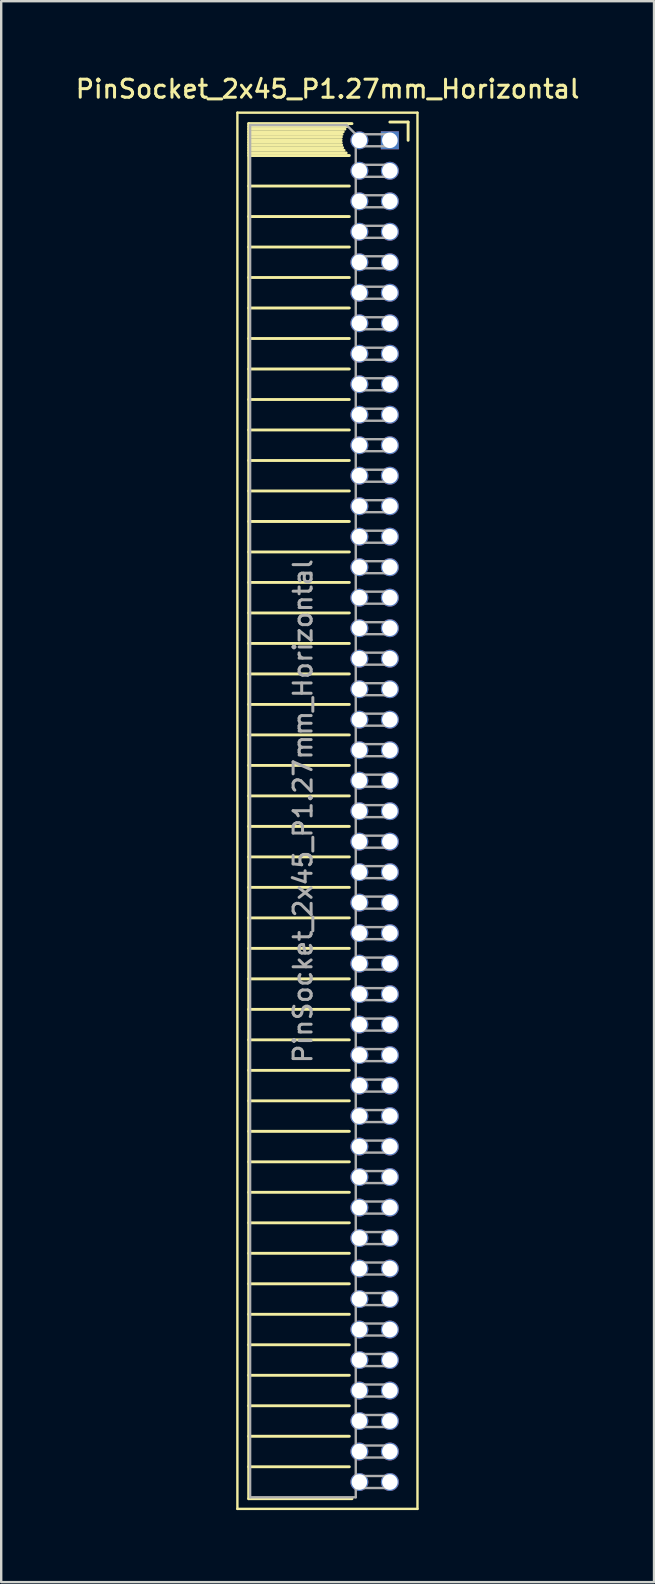
<source format=kicad_pcb>
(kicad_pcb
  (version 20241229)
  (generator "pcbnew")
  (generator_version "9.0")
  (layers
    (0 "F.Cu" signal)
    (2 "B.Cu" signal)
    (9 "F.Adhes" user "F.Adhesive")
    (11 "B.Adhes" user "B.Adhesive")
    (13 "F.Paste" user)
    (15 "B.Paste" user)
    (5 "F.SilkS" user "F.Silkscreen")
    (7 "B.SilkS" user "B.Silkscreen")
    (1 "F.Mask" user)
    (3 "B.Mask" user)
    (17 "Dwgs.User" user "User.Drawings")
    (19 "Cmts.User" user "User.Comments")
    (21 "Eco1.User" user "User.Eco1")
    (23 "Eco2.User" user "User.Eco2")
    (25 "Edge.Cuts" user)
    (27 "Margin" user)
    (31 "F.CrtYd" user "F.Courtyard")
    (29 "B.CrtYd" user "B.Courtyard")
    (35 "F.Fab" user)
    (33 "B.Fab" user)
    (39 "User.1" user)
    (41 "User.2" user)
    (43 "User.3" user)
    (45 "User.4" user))
  (footprint "PinSocket_2x45_P1.27mm_Horizontal"
    (layer "F.Cu")
    (at 13.187 2.793)
    (property "Reference" "PinSocket_2x45_P1.27mm_Horizontal" (at -2.592 -2.135 0) (layer "F.SilkS") (effects (font (size 0.75 0.75) (thickness 0.125))))
    (attr through_hole)
    (fp_line (start -6.35 -1.15) (end -6.35 57) (stroke (width 0.1) (type solid)) (layer "F.SilkS"))
    (fp_line (start -6.35 57) (end 1.15 57) (stroke (width 0.1) (type solid)) (layer "F.SilkS"))
    (fp_line (start -5.88 -0.695) (end -5.88 56.575) (stroke (width 0.12) (type solid)) (layer "F.SilkS"))
    (fp_line (start -5.88 -0.695) (end -1.578 -0.695) (stroke (width 0.12) (type solid)) (layer "F.SilkS"))
    (fp_line (start -5.88 -0.575) (end -1.767 -0.575) (stroke (width 0.12) (type solid)) (layer "F.SilkS"))
    (fp_line (start -5.88 -0.465) (end -1.871 -0.465) (stroke (width 0.12) (type solid)) (layer "F.SilkS"))
    (fp_line (start -5.88 -0.355) (end -1.942 -0.355) (stroke (width 0.12) (type solid)) (layer "F.SilkS"))
    (fp_line (start -5.88 -0.245) (end -1.989 -0.245) (stroke (width 0.12) (type solid)) (layer "F.SilkS"))
    (fp_line (start -5.88 -0.135) (end -2.018 -0.135) (stroke (width 0.12) (type solid)) (layer "F.SilkS"))
    (fp_line (start -5.88 -0.025) (end -2.03 -0.025) (stroke (width 0.12) (type solid)) (layer "F.SilkS"))
    (fp_line (start -5.88 0.085) (end -2.025 0.085) (stroke (width 0.12) (type solid)) (layer "F.SilkS"))
    (fp_line (start -5.88 0.195) (end -2.005 0.195) (stroke (width 0.12) (type solid)) (layer "F.SilkS"))
    (fp_line (start -5.88 0.305) (end -1.966 0.305) (stroke (width 0.12) (type solid)) (layer "F.SilkS"))
    (fp_line (start -5.88 0.415) (end -1.907 0.415) (stroke (width 0.12) (type solid)) (layer "F.SilkS"))
    (fp_line (start -5.88 0.525) (end -1.82 0.525) (stroke (width 0.12) (type solid)) (layer "F.SilkS"))
    (fp_line (start -5.88 0.635) (end -1.688 0.635) (stroke (width 0.12) (type solid)) (layer "F.SilkS"))
    (fp_line (start -5.88 1.905) (end -1.688 1.905) (stroke (width 0.12) (type solid)) (layer "F.SilkS"))
    (fp_line (start -5.88 3.175) (end -1.688 3.175) (stroke (width 0.12) (type solid)) (layer "F.SilkS"))
    (fp_line (start -5.88 4.445) (end -1.688 4.445) (stroke (width 0.12) (type solid)) (layer "F.SilkS"))
    (fp_line (start -5.88 5.715) (end -1.688 5.715) (stroke (width 0.12) (type solid)) (layer "F.SilkS"))
    (fp_line (start -5.88 6.985) (end -1.688 6.985) (stroke (width 0.12) (type solid)) (layer "F.SilkS"))
    (fp_line (start -5.88 8.255) (end -1.688 8.255) (stroke (width 0.12) (type solid)) (layer "F.SilkS"))
    (fp_line (start -5.88 9.525) (end -1.688 9.525) (stroke (width 0.12) (type solid)) (layer "F.SilkS"))
    (fp_line (start -5.88 10.795) (end -1.688 10.795) (stroke (width 0.12) (type solid)) (layer "F.SilkS"))
    (fp_line (start -5.88 12.065) (end -1.688 12.065) (stroke (width 0.12) (type solid)) (layer "F.SilkS"))
    (fp_line (start -5.88 13.335) (end -1.688 13.335) (stroke (width 0.12) (type solid)) (layer "F.SilkS"))
    (fp_line (start -5.88 14.605) (end -1.688 14.605) (stroke (width 0.12) (type solid)) (layer "F.SilkS"))
    (fp_line (start -5.88 15.875) (end -1.688 15.875) (stroke (width 0.12) (type solid)) (layer "F.SilkS"))
    (fp_line (start -5.88 17.145) (end -1.688 17.145) (stroke (width 0.12) (type solid)) (layer "F.SilkS"))
    (fp_line (start -5.88 18.415) (end -1.688 18.415) (stroke (width 0.12) (type solid)) (layer "F.SilkS"))
    (fp_line (start -5.88 19.685) (end -1.688 19.685) (stroke (width 0.12) (type solid)) (layer "F.SilkS"))
    (fp_line (start -5.88 20.955) (end -1.688 20.955) (stroke (width 0.12) (type solid)) (layer "F.SilkS"))
    (fp_line (start -5.88 22.225) (end -1.688 22.225) (stroke (width 0.12) (type solid)) (layer "F.SilkS"))
    (fp_line (start -5.88 23.495) (end -1.688 23.495) (stroke (width 0.12) (type solid)) (layer "F.SilkS"))
    (fp_line (start -5.88 24.765) (end -1.688 24.765) (stroke (width 0.12) (type solid)) (layer "F.SilkS"))
    (fp_line (start -5.88 26.035) (end -1.688 26.035) (stroke (width 0.12) (type solid)) (layer "F.SilkS"))
    (fp_line (start -5.88 27.305) (end -1.688 27.305) (stroke (width 0.12) (type solid)) (layer "F.SilkS"))
    (fp_line (start -5.88 28.575) (end -1.688 28.575) (stroke (width 0.12) (type solid)) (layer "F.SilkS"))
    (fp_line (start -5.88 29.845) (end -1.688 29.845) (stroke (width 0.12) (type solid)) (layer "F.SilkS"))
    (fp_line (start -5.88 31.115) (end -1.688 31.115) (stroke (width 0.12) (type solid)) (layer "F.SilkS"))
    (fp_line (start -5.88 32.385) (end -1.688 32.385) (stroke (width 0.12) (type solid)) (layer "F.SilkS"))
    (fp_line (start -5.88 33.655) (end -1.688 33.655) (stroke (width 0.12) (type solid)) (layer "F.SilkS"))
    (fp_line (start -5.88 34.925) (end -1.688 34.925) (stroke (width 0.12) (type solid)) (layer "F.SilkS"))
    (fp_line (start -5.88 36.195) (end -1.688 36.195) (stroke (width 0.12) (type solid)) (layer "F.SilkS"))
    (fp_line (start -5.88 37.465) (end -1.688 37.465) (stroke (width 0.12) (type solid)) (layer "F.SilkS"))
    (fp_line (start -5.88 38.735) (end -1.688 38.735) (stroke (width 0.12) (type solid)) (layer "F.SilkS"))
    (fp_line (start -5.88 40.005) (end -1.688 40.005) (stroke (width 0.12) (type solid)) (layer "F.SilkS"))
    (fp_line (start -5.88 41.275) (end -1.688 41.275) (stroke (width 0.12) (type solid)) (layer "F.SilkS"))
    (fp_line (start -5.88 42.545) (end -1.688 42.545) (stroke (width 0.12) (type solid)) (layer "F.SilkS"))
    (fp_line (start -5.88 43.815) (end -1.688 43.815) (stroke (width 0.12) (type solid)) (layer "F.SilkS"))
    (fp_line (start -5.88 45.085) (end -1.688 45.085) (stroke (width 0.12) (type solid)) (layer "F.SilkS"))
    (fp_line (start -5.88 46.355) (end -1.688 46.355) (stroke (width 0.12) (type solid)) (layer "F.SilkS"))
    (fp_line (start -5.88 47.625) (end -1.688 47.625) (stroke (width 0.12) (type solid)) (layer "F.SilkS"))
    (fp_line (start -5.88 48.895) (end -1.688 48.895) (stroke (width 0.12) (type solid)) (layer "F.SilkS"))
    (fp_line (start -5.88 50.165) (end -1.688 50.165) (stroke (width 0.12) (type solid)) (layer "F.SilkS"))
    (fp_line (start -5.88 51.435) (end -1.688 51.435) (stroke (width 0.12) (type solid)) (layer "F.SilkS"))
    (fp_line (start -5.88 52.705) (end -1.688 52.705) (stroke (width 0.12) (type solid)) (layer "F.SilkS"))
    (fp_line (start -5.88 53.975) (end -1.688 53.975) (stroke (width 0.12) (type solid)) (layer "F.SilkS"))
    (fp_line (start -5.88 55.245) (end -1.688 55.245) (stroke (width 0.12) (type solid)) (layer "F.SilkS"))
    (fp_line (start -5.88 56.575) (end -1.578 56.575) (stroke (width 0.12) (type solid)) (layer "F.SilkS"))
    (fp_line (start 0 -0.76) (end 0.76 -0.76) (stroke (width 0.12) (type solid)) (layer "F.SilkS"))
    (fp_line (start 0.76 -0.76) (end 0.76 0) (stroke (width 0.12) (type solid)) (layer "F.SilkS"))
    (fp_line (start 1.15 -1.15) (end -6.35 -1.15) (stroke (width 0.1) (type solid)) (layer "F.SilkS"))
    (fp_line (start 1.15 57) (end 1.15 -1.15) (stroke (width 0.1) (type solid)) (layer "F.SilkS"))
    (fp_line (start -5.82 -0.635) (end -1.805 -0.635) (stroke (width 0.1) (type solid)) (layer "F.Fab"))
    (fp_line (start -5.82 56.515) (end -5.82 -0.635) (stroke (width 0.1) (type solid)) (layer "F.Fab"))
    (fp_line (start -1.805 -0.635) (end -1.42 -0.25) (stroke (width 0.1) (type solid)) (layer "F.Fab"))
    (fp_line (start -1.42 -0.25) (end -1.42 56.515) (stroke (width 0.1) (type solid)) (layer "F.Fab"))
    (fp_line (start -1.42 0.25) (end 0 0.25) (stroke (width 0.1) (type solid)) (layer "F.Fab"))
    (fp_line (start -1.42 1.52) (end 0 1.52) (stroke (width 0.1) (type solid)) (layer "F.Fab"))
    (fp_line (start -1.42 2.79) (end 0 2.79) (stroke (width 0.1) (type solid)) (layer "F.Fab"))
    (fp_line (start -1.42 4.06) (end 0 4.06) (stroke (width 0.1) (type solid)) (layer "F.Fab"))
    (fp_line (start -1.42 5.33) (end 0 5.33) (stroke (width 0.1) (type solid)) (layer "F.Fab"))
    (fp_line (start -1.42 6.6) (end 0 6.6) (stroke (width 0.1) (type solid)) (layer "F.Fab"))
    (fp_line (start -1.42 7.87) (end 0 7.87) (stroke (width 0.1) (type solid)) (layer "F.Fab"))
    (fp_line (start -1.42 9.14) (end 0 9.14) (stroke (width 0.1) (type solid)) (layer "F.Fab"))
    (fp_line (start -1.42 10.41) (end 0 10.41) (stroke (width 0.1) (type solid)) (layer "F.Fab"))
    (fp_line (start -1.42 11.68) (end 0 11.68) (stroke (width 0.1) (type solid)) (layer "F.Fab"))
    (fp_line (start -1.42 12.95) (end 0 12.95) (stroke (width 0.1) (type solid)) (layer "F.Fab"))
    (fp_line (start -1.42 14.22) (end 0 14.22) (stroke (width 0.1) (type solid)) (layer "F.Fab"))
    (fp_line (start -1.42 15.49) (end 0 15.49) (stroke (width 0.1) (type solid)) (layer "F.Fab"))
    (fp_line (start -1.42 16.76) (end 0 16.76) (stroke (width 0.1) (type solid)) (layer "F.Fab"))
    (fp_line (start -1.42 18.03) (end 0 18.03) (stroke (width 0.1) (type solid)) (layer "F.Fab"))
    (fp_line (start -1.42 19.3) (end 0 19.3) (stroke (width 0.1) (type solid)) (layer "F.Fab"))
    (fp_line (start -1.42 20.57) (end 0 20.57) (stroke (width 0.1) (type solid)) (layer "F.Fab"))
    (fp_line (start -1.42 21.84) (end 0 21.84) (stroke (width 0.1) (type solid)) (layer "F.Fab"))
    (fp_line (start -1.42 23.11) (end 0 23.11) (stroke (width 0.1) (type solid)) (layer "F.Fab"))
    (fp_line (start -1.42 24.38) (end 0 24.38) (stroke (width 0.1) (type solid)) (layer "F.Fab"))
    (fp_line (start -1.42 25.65) (end 0 25.65) (stroke (width 0.1) (type solid)) (layer "F.Fab"))
    (fp_line (start -1.42 26.92) (end 0 26.92) (stroke (width 0.1) (type solid)) (layer "F.Fab"))
    (fp_line (start -1.42 28.19) (end 0 28.19) (stroke (width 0.1) (type solid)) (layer "F.Fab"))
    (fp_line (start -1.42 29.46) (end 0 29.46) (stroke (width 0.1) (type solid)) (layer "F.Fab"))
    (fp_line (start -1.42 30.73) (end 0 30.73) (stroke (width 0.1) (type solid)) (layer "F.Fab"))
    (fp_line (start -1.42 32) (end 0 32) (stroke (width 0.1) (type solid)) (layer "F.Fab"))
    (fp_line (start -1.42 33.27) (end 0 33.27) (stroke (width 0.1) (type solid)) (layer "F.Fab"))
    (fp_line (start -1.42 34.54) (end 0 34.54) (stroke (width 0.1) (type solid)) (layer "F.Fab"))
    (fp_line (start -1.42 35.81) (end 0 35.81) (stroke (width 0.1) (type solid)) (layer "F.Fab"))
    (fp_line (start -1.42 37.08) (end 0 37.08) (stroke (width 0.1) (type solid)) (layer "F.Fab"))
    (fp_line (start -1.42 38.35) (end 0 38.35) (stroke (width 0.1) (type solid)) (layer "F.Fab"))
    (fp_line (start -1.42 39.62) (end 0 39.62) (stroke (width 0.1) (type solid)) (layer "F.Fab"))
    (fp_line (start -1.42 40.89) (end 0 40.89) (stroke (width 0.1) (type solid)) (layer "F.Fab"))
    (fp_line (start -1.42 42.16) (end 0 42.16) (stroke (width 0.1) (type solid)) (layer "F.Fab"))
    (fp_line (start -1.42 43.43) (end 0 43.43) (stroke (width 0.1) (type solid)) (layer "F.Fab"))
    (fp_line (start -1.42 44.7) (end 0 44.7) (stroke (width 0.1) (type solid)) (layer "F.Fab"))
    (fp_line (start -1.42 45.97) (end 0 45.97) (stroke (width 0.1) (type solid)) (layer "F.Fab"))
    (fp_line (start -1.42 47.24) (end 0 47.24) (stroke (width 0.1) (type solid)) (layer "F.Fab"))
    (fp_line (start -1.42 48.51) (end 0 48.51) (stroke (width 0.1) (type solid)) (layer "F.Fab"))
    (fp_line (start -1.42 49.78) (end 0 49.78) (stroke (width 0.1) (type solid)) (layer "F.Fab"))
    (fp_line (start -1.42 51.05) (end 0 51.05) (stroke (width 0.1) (type solid)) (layer "F.Fab"))
    (fp_line (start -1.42 52.32) (end 0 52.32) (stroke (width 0.1) (type solid)) (layer "F.Fab"))
    (fp_line (start -1.42 53.59) (end 0 53.59) (stroke (width 0.1) (type solid)) (layer "F.Fab"))
    (fp_line (start -1.42 54.86) (end 0 54.86) (stroke (width 0.1) (type solid)) (layer "F.Fab"))
    (fp_line (start -1.42 56.13) (end 0 56.13) (stroke (width 0.1) (type solid)) (layer "F.Fab"))
    (fp_line (start -1.42 56.515) (end -5.82 56.515) (stroke (width 0.1) (type solid)) (layer "F.Fab"))
    (fp_line (start 0 -0.25) (end -1.42 -0.25) (stroke (width 0.1) (type solid)) (layer "F.Fab"))
    (fp_line (start 0 0.25) (end 0 -0.25) (stroke (width 0.1) (type solid)) (layer "F.Fab"))
    (fp_line (start 0 1.02) (end -1.42 1.02) (stroke (width 0.1) (type solid)) (layer "F.Fab"))
    (fp_line (start 0 1.52) (end 0 1.02) (stroke (width 0.1) (type solid)) (layer "F.Fab"))
    (fp_line (start 0 2.29) (end -1.42 2.29) (stroke (width 0.1) (type solid)) (layer "F.Fab"))
    (fp_line (start 0 2.79) (end 0 2.29) (stroke (width 0.1) (type solid)) (layer "F.Fab"))
    (fp_line (start 0 3.56) (end -1.42 3.56) (stroke (width 0.1) (type solid)) (layer "F.Fab"))
    (fp_line (start 0 4.06) (end 0 3.56) (stroke (width 0.1) (type solid)) (layer "F.Fab"))
    (fp_line (start 0 4.83) (end -1.42 4.83) (stroke (width 0.1) (type solid)) (layer "F.Fab"))
    (fp_line (start 0 5.33) (end 0 4.83) (stroke (width 0.1) (type solid)) (layer "F.Fab"))
    (fp_line (start 0 6.1) (end -1.42 6.1) (stroke (width 0.1) (type solid)) (layer "F.Fab"))
    (fp_line (start 0 6.6) (end 0 6.1) (stroke (width 0.1) (type solid)) (layer "F.Fab"))
    (fp_line (start 0 7.37) (end -1.42 7.37) (stroke (width 0.1) (type solid)) (layer "F.Fab"))
    (fp_line (start 0 7.87) (end 0 7.37) (stroke (width 0.1) (type solid)) (layer "F.Fab"))
    (fp_line (start 0 8.64) (end -1.42 8.64) (stroke (width 0.1) (type solid)) (layer "F.Fab"))
    (fp_line (start 0 9.14) (end 0 8.64) (stroke (width 0.1) (type solid)) (layer "F.Fab"))
    (fp_line (start 0 9.91) (end -1.42 9.91) (stroke (width 0.1) (type solid)) (layer "F.Fab"))
    (fp_line (start 0 10.41) (end 0 9.91) (stroke (width 0.1) (type solid)) (layer "F.Fab"))
    (fp_line (start 0 11.18) (end -1.42 11.18) (stroke (width 0.1) (type solid)) (layer "F.Fab"))
    (fp_line (start 0 11.68) (end 0 11.18) (stroke (width 0.1) (type solid)) (layer "F.Fab"))
    (fp_line (start 0 12.45) (end -1.42 12.45) (stroke (width 0.1) (type solid)) (layer "F.Fab"))
    (fp_line (start 0 12.95) (end 0 12.45) (stroke (width 0.1) (type solid)) (layer "F.Fab"))
    (fp_line (start 0 13.72) (end -1.42 13.72) (stroke (width 0.1) (type solid)) (layer "F.Fab"))
    (fp_line (start 0 14.22) (end 0 13.72) (stroke (width 0.1) (type solid)) (layer "F.Fab"))
    (fp_line (start 0 14.99) (end -1.42 14.99) (stroke (width 0.1) (type solid)) (layer "F.Fab"))
    (fp_line (start 0 15.49) (end 0 14.99) (stroke (width 0.1) (type solid)) (layer "F.Fab"))
    (fp_line (start 0 16.26) (end -1.42 16.26) (stroke (width 0.1) (type solid)) (layer "F.Fab"))
    (fp_line (start 0 16.76) (end 0 16.26) (stroke (width 0.1) (type solid)) (layer "F.Fab"))
    (fp_line (start 0 17.53) (end -1.42 17.53) (stroke (width 0.1) (type solid)) (layer "F.Fab"))
    (fp_line (start 0 18.03) (end 0 17.53) (stroke (width 0.1) (type solid)) (layer "F.Fab"))
    (fp_line (start 0 18.8) (end -1.42 18.8) (stroke (width 0.1) (type solid)) (layer "F.Fab"))
    (fp_line (start 0 19.3) (end 0 18.8) (stroke (width 0.1) (type solid)) (layer "F.Fab"))
    (fp_line (start 0 20.07) (end -1.42 20.07) (stroke (width 0.1) (type solid)) (layer "F.Fab"))
    (fp_line (start 0 20.57) (end 0 20.07) (stroke (width 0.1) (type solid)) (layer "F.Fab"))
    (fp_line (start 0 21.34) (end -1.42 21.34) (stroke (width 0.1) (type solid)) (layer "F.Fab"))
    (fp_line (start 0 21.84) (end 0 21.34) (stroke (width 0.1) (type solid)) (layer "F.Fab"))
    (fp_line (start 0 22.61) (end -1.42 22.61) (stroke (width 0.1) (type solid)) (layer "F.Fab"))
    (fp_line (start 0 23.11) (end 0 22.61) (stroke (width 0.1) (type solid)) (layer "F.Fab"))
    (fp_line (start 0 23.88) (end -1.42 23.88) (stroke (width 0.1) (type solid)) (layer "F.Fab"))
    (fp_line (start 0 24.38) (end 0 23.88) (stroke (width 0.1) (type solid)) (layer "F.Fab"))
    (fp_line (start 0 25.15) (end -1.42 25.15) (stroke (width 0.1) (type solid)) (layer "F.Fab"))
    (fp_line (start 0 25.65) (end 0 25.15) (stroke (width 0.1) (type solid)) (layer "F.Fab"))
    (fp_line (start 0 26.42) (end -1.42 26.42) (stroke (width 0.1) (type solid)) (layer "F.Fab"))
    (fp_line (start 0 26.92) (end 0 26.42) (stroke (width 0.1) (type solid)) (layer "F.Fab"))
    (fp_line (start 0 27.69) (end -1.42 27.69) (stroke (width 0.1) (type solid)) (layer "F.Fab"))
    (fp_line (start 0 28.19) (end 0 27.69) (stroke (width 0.1) (type solid)) (layer "F.Fab"))
    (fp_line (start 0 28.96) (end -1.42 28.96) (stroke (width 0.1) (type solid)) (layer "F.Fab"))
    (fp_line (start 0 29.46) (end 0 28.96) (stroke (width 0.1) (type solid)) (layer "F.Fab"))
    (fp_line (start 0 30.23) (end -1.42 30.23) (stroke (width 0.1) (type solid)) (layer "F.Fab"))
    (fp_line (start 0 30.73) (end 0 30.23) (stroke (width 0.1) (type solid)) (layer "F.Fab"))
    (fp_line (start 0 31.5) (end -1.42 31.5) (stroke (width 0.1) (type solid)) (layer "F.Fab"))
    (fp_line (start 0 32) (end 0 31.5) (stroke (width 0.1) (type solid)) (layer "F.Fab"))
    (fp_line (start 0 32.77) (end -1.42 32.77) (stroke (width 0.1) (type solid)) (layer "F.Fab"))
    (fp_line (start 0 33.27) (end 0 32.77) (stroke (width 0.1) (type solid)) (layer "F.Fab"))
    (fp_line (start 0 34.04) (end -1.42 34.04) (stroke (width 0.1) (type solid)) (layer "F.Fab"))
    (fp_line (start 0 34.54) (end 0 34.04) (stroke (width 0.1) (type solid)) (layer "F.Fab"))
    (fp_line (start 0 35.31) (end -1.42 35.31) (stroke (width 0.1) (type solid)) (layer "F.Fab"))
    (fp_line (start 0 35.81) (end 0 35.31) (stroke (width 0.1) (type solid)) (layer "F.Fab"))
    (fp_line (start 0 36.58) (end -1.42 36.58) (stroke (width 0.1) (type solid)) (layer "F.Fab"))
    (fp_line (start 0 37.08) (end 0 36.58) (stroke (width 0.1) (type solid)) (layer "F.Fab"))
    (fp_line (start 0 37.85) (end -1.42 37.85) (stroke (width 0.1) (type solid)) (layer "F.Fab"))
    (fp_line (start 0 38.35) (end 0 37.85) (stroke (width 0.1) (type solid)) (layer "F.Fab"))
    (fp_line (start 0 39.12) (end -1.42 39.12) (stroke (width 0.1) (type solid)) (layer "F.Fab"))
    (fp_line (start 0 39.62) (end 0 39.12) (stroke (width 0.1) (type solid)) (layer "F.Fab"))
    (fp_line (start 0 40.39) (end -1.42 40.39) (stroke (width 0.1) (type solid)) (layer "F.Fab"))
    (fp_line (start 0 40.89) (end 0 40.39) (stroke (width 0.1) (type solid)) (layer "F.Fab"))
    (fp_line (start 0 41.66) (end -1.42 41.66) (stroke (width 0.1) (type solid)) (layer "F.Fab"))
    (fp_line (start 0 42.16) (end 0 41.66) (stroke (width 0.1) (type solid)) (layer "F.Fab"))
    (fp_line (start 0 42.93) (end -1.42 42.93) (stroke (width 0.1) (type solid)) (layer "F.Fab"))
    (fp_line (start 0 43.43) (end 0 42.93) (stroke (width 0.1) (type solid)) (layer "F.Fab"))
    (fp_line (start 0 44.2) (end -1.42 44.2) (stroke (width 0.1) (type solid)) (layer "F.Fab"))
    (fp_line (start 0 44.7) (end 0 44.2) (stroke (width 0.1) (type solid)) (layer "F.Fab"))
    (fp_line (start 0 45.47) (end -1.42 45.47) (stroke (width 0.1) (type solid)) (layer "F.Fab"))
    (fp_line (start 0 45.97) (end 0 45.47) (stroke (width 0.1) (type solid)) (layer "F.Fab"))
    (fp_line (start 0 46.74) (end -1.42 46.74) (stroke (width 0.1) (type solid)) (layer "F.Fab"))
    (fp_line (start 0 47.24) (end 0 46.74) (stroke (width 0.1) (type solid)) (layer "F.Fab"))
    (fp_line (start 0 48.01) (end -1.42 48.01) (stroke (width 0.1) (type solid)) (layer "F.Fab"))
    (fp_line (start 0 48.51) (end 0 48.01) (stroke (width 0.1) (type solid)) (layer "F.Fab"))
    (fp_line (start 0 49.28) (end -1.42 49.28) (stroke (width 0.1) (type solid)) (layer "F.Fab"))
    (fp_line (start 0 49.78) (end 0 49.28) (stroke (width 0.1) (type solid)) (layer "F.Fab"))
    (fp_line (start 0 50.55) (end -1.42 50.55) (stroke (width 0.1) (type solid)) (layer "F.Fab"))
    (fp_line (start 0 51.05) (end 0 50.55) (stroke (width 0.1) (type solid)) (layer "F.Fab"))
    (fp_line (start 0 51.82) (end -1.42 51.82) (stroke (width 0.1) (type solid)) (layer "F.Fab"))
    (fp_line (start 0 52.32) (end 0 51.82) (stroke (width 0.1) (type solid)) (layer "F.Fab"))
    (fp_line (start 0 53.09) (end -1.42 53.09) (stroke (width 0.1) (type solid)) (layer "F.Fab"))
    (fp_line (start 0 53.59) (end 0 53.09) (stroke (width 0.1) (type solid)) (layer "F.Fab"))
    (fp_line (start 0 54.36) (end -1.42 54.36) (stroke (width 0.1) (type solid)) (layer "F.Fab"))
    (fp_line (start 0 54.86) (end 0 54.36) (stroke (width 0.1) (type solid)) (layer "F.Fab"))
    (fp_line (start 0 55.63) (end -1.42 55.63) (stroke (width 0.1) (type solid)) (layer "F.Fab"))
    (fp_line (start 0 56.13) (end 0 55.63) (stroke (width 0.1) (type solid)) (layer "F.Fab"))
    (fp_text user "${REFERENCE}" (at -3.62 27.94 90) (layer "F.Fab") (effects (font (size 0.75 0.75) (thickness 0.125))))
    (pad "1" thru_hole rect (at 0 0) (size 0.75 0.75) (drill 0.65) (layers "*.Cu" "*.Mask"))
    (pad "2" thru_hole oval (at -1.27 0) (size 0.75 0.75) (drill 0.65) (layers "*.Cu" "*.Mask"))
    (pad "3" thru_hole oval (at 0 1.27) (size 0.75 0.75) (drill 0.65) (layers "*.Cu" "*.Mask"))
    (pad "4" thru_hole oval (at -1.27 1.27) (size 0.75 0.75) (drill 0.65) (layers "*.Cu" "*.Mask"))
    (pad "5" thru_hole oval (at 0 2.54) (size 0.75 0.75) (drill 0.65) (layers "*.Cu" "*.Mask"))
    (pad "6" thru_hole oval (at -1.27 2.54) (size 0.75 0.75) (drill 0.65) (layers "*.Cu" "*.Mask"))
    (pad "7" thru_hole oval (at 0 3.81) (size 0.75 0.75) (drill 0.65) (layers "*.Cu" "*.Mask"))
    (pad "8" thru_hole oval (at -1.27 3.81) (size 0.75 0.75) (drill 0.65) (layers "*.Cu" "*.Mask"))
    (pad "9" thru_hole oval (at 0 5.08) (size 0.75 0.75) (drill 0.65) (layers "*.Cu" "*.Mask"))
    (pad "10" thru_hole oval (at -1.27 5.08) (size 0.75 0.75) (drill 0.65) (layers "*.Cu" "*.Mask"))
    (pad "11" thru_hole oval (at 0 6.35) (size 0.75 0.75) (drill 0.65) (layers "*.Cu" "*.Mask"))
    (pad "12" thru_hole oval (at -1.27 6.35) (size 0.75 0.75) (drill 0.65) (layers "*.Cu" "*.Mask"))
    (pad "13" thru_hole oval (at 0 7.62) (size 0.75 0.75) (drill 0.65) (layers "*.Cu" "*.Mask"))
    (pad "14" thru_hole oval (at -1.27 7.62) (size 0.75 0.75) (drill 0.65) (layers "*.Cu" "*.Mask"))
    (pad "15" thru_hole oval (at 0 8.89) (size 0.75 0.75) (drill 0.65) (layers "*.Cu" "*.Mask"))
    (pad "16" thru_hole oval (at -1.27 8.89) (size 0.75 0.75) (drill 0.65) (layers "*.Cu" "*.Mask"))
    (pad "17" thru_hole oval (at 0 10.16) (size 0.75 0.75) (drill 0.65) (layers "*.Cu" "*.Mask"))
    (pad "18" thru_hole oval (at -1.27 10.16) (size 0.75 0.75) (drill 0.65) (layers "*.Cu" "*.Mask"))
    (pad "19" thru_hole oval (at 0 11.43) (size 0.75 0.75) (drill 0.65) (layers "*.Cu" "*.Mask"))
    (pad "20" thru_hole oval (at -1.27 11.43) (size 0.75 0.75) (drill 0.65) (layers "*.Cu" "*.Mask"))
    (pad "21" thru_hole oval (at 0 12.7) (size 0.75 0.75) (drill 0.65) (layers "*.Cu" "*.Mask"))
    (pad "22" thru_hole oval (at -1.27 12.7) (size 0.75 0.75) (drill 0.65) (layers "*.Cu" "*.Mask"))
    (pad "23" thru_hole oval (at 0 13.97) (size 0.75 0.75) (drill 0.65) (layers "*.Cu" "*.Mask"))
    (pad "24" thru_hole oval (at -1.27 13.97) (size 0.75 0.75) (drill 0.65) (layers "*.Cu" "*.Mask"))
    (pad "25" thru_hole oval (at 0 15.24) (size 0.75 0.75) (drill 0.65) (layers "*.Cu" "*.Mask"))
    (pad "26" thru_hole oval (at -1.27 15.24) (size 0.75 0.75) (drill 0.65) (layers "*.Cu" "*.Mask"))
    (pad "27" thru_hole oval (at 0 16.51) (size 0.75 0.75) (drill 0.65) (layers "*.Cu" "*.Mask"))
    (pad "28" thru_hole oval (at -1.27 16.51) (size 0.75 0.75) (drill 0.65) (layers "*.Cu" "*.Mask"))
    (pad "29" thru_hole oval (at 0 17.78) (size 0.75 0.75) (drill 0.65) (layers "*.Cu" "*.Mask"))
    (pad "30" thru_hole oval (at -1.27 17.78) (size 0.75 0.75) (drill 0.65) (layers "*.Cu" "*.Mask"))
    (pad "31" thru_hole oval (at 0 19.05) (size 0.75 0.75) (drill 0.65) (layers "*.Cu" "*.Mask"))
    (pad "32" thru_hole oval (at -1.27 19.05) (size 0.75 0.75) (drill 0.65) (layers "*.Cu" "*.Mask"))
    (pad "33" thru_hole oval (at 0 20.32) (size 0.75 0.75) (drill 0.65) (layers "*.Cu" "*.Mask"))
    (pad "34" thru_hole oval (at -1.27 20.32) (size 0.75 0.75) (drill 0.65) (layers "*.Cu" "*.Mask"))
    (pad "35" thru_hole oval (at 0 21.59) (size 0.75 0.75) (drill 0.65) (layers "*.Cu" "*.Mask"))
    (pad "36" thru_hole oval (at -1.27 21.59) (size 0.75 0.75) (drill 0.65) (layers "*.Cu" "*.Mask"))
    (pad "37" thru_hole oval (at 0 22.86) (size 0.75 0.75) (drill 0.65) (layers "*.Cu" "*.Mask"))
    (pad "38" thru_hole oval (at -1.27 22.86) (size 0.75 0.75) (drill 0.65) (layers "*.Cu" "*.Mask"))
    (pad "39" thru_hole oval (at 0 24.13) (size 0.75 0.75) (drill 0.65) (layers "*.Cu" "*.Mask"))
    (pad "40" thru_hole oval (at -1.27 24.13) (size 0.75 0.75) (drill 0.65) (layers "*.Cu" "*.Mask"))
    (pad "41" thru_hole oval (at 0 25.4) (size 0.75 0.75) (drill 0.65) (layers "*.Cu" "*.Mask"))
    (pad "42" thru_hole oval (at -1.27 25.4) (size 0.75 0.75) (drill 0.65) (layers "*.Cu" "*.Mask"))
    (pad "43" thru_hole oval (at 0 26.67) (size 0.75 0.75) (drill 0.65) (layers "*.Cu" "*.Mask"))
    (pad "44" thru_hole oval (at -1.27 26.67) (size 0.75 0.75) (drill 0.65) (layers "*.Cu" "*.Mask"))
    (pad "45" thru_hole oval (at 0 27.94) (size 0.75 0.75) (drill 0.65) (layers "*.Cu" "*.Mask"))
    (pad "46" thru_hole oval (at -1.27 27.94) (size 0.75 0.75) (drill 0.65) (layers "*.Cu" "*.Mask"))
    (pad "47" thru_hole oval (at 0 29.21) (size 0.75 0.75) (drill 0.65) (layers "*.Cu" "*.Mask"))
    (pad "48" thru_hole oval (at -1.27 29.21) (size 0.75 0.75) (drill 0.65) (layers "*.Cu" "*.Mask"))
    (pad "49" thru_hole oval (at 0 30.48) (size 0.75 0.75) (drill 0.65) (layers "*.Cu" "*.Mask"))
    (pad "50" thru_hole oval (at -1.27 30.48) (size 0.75 0.75) (drill 0.65) (layers "*.Cu" "*.Mask"))
    (pad "51" thru_hole oval (at 0 31.75) (size 0.75 0.75) (drill 0.65) (layers "*.Cu" "*.Mask"))
    (pad "52" thru_hole oval (at -1.27 31.75) (size 0.75 0.75) (drill 0.65) (layers "*.Cu" "*.Mask"))
    (pad "53" thru_hole oval (at 0 33.02) (size 0.75 0.75) (drill 0.65) (layers "*.Cu" "*.Mask"))
    (pad "54" thru_hole oval (at -1.27 33.02) (size 0.75 0.75) (drill 0.65) (layers "*.Cu" "*.Mask"))
    (pad "55" thru_hole oval (at 0 34.29) (size 0.75 0.75) (drill 0.65) (layers "*.Cu" "*.Mask"))
    (pad "56" thru_hole oval (at -1.27 34.29) (size 0.75 0.75) (drill 0.65) (layers "*.Cu" "*.Mask"))
    (pad "57" thru_hole oval (at 0 35.56) (size 0.75 0.75) (drill 0.65) (layers "*.Cu" "*.Mask"))
    (pad "58" thru_hole oval (at -1.27 35.56) (size 0.75 0.75) (drill 0.65) (layers "*.Cu" "*.Mask"))
    (pad "59" thru_hole oval (at 0 36.83) (size 0.75 0.75) (drill 0.65) (layers "*.Cu" "*.Mask"))
    (pad "60" thru_hole oval (at -1.27 36.83) (size 0.75 0.75) (drill 0.65) (layers "*.Cu" "*.Mask"))
    (pad "61" thru_hole oval (at 0 38.1) (size 0.75 0.75) (drill 0.65) (layers "*.Cu" "*.Mask"))
    (pad "62" thru_hole oval (at -1.27 38.1) (size 0.75 0.75) (drill 0.65) (layers "*.Cu" "*.Mask"))
    (pad "63" thru_hole oval (at 0 39.37) (size 0.75 0.75) (drill 0.65) (layers "*.Cu" "*.Mask"))
    (pad "64" thru_hole oval (at -1.27 39.37) (size 0.75 0.75) (drill 0.65) (layers "*.Cu" "*.Mask"))
    (pad "65" thru_hole oval (at 0 40.64) (size 0.75 0.75) (drill 0.65) (layers "*.Cu" "*.Mask"))
    (pad "66" thru_hole oval (at -1.27 40.64) (size 0.75 0.75) (drill 0.65) (layers "*.Cu" "*.Mask"))
    (pad "67" thru_hole oval (at 0 41.91) (size 0.75 0.75) (drill 0.65) (layers "*.Cu" "*.Mask"))
    (pad "68" thru_hole oval (at -1.27 41.91) (size 0.75 0.75) (drill 0.65) (layers "*.Cu" "*.Mask"))
    (pad "69" thru_hole oval (at 0 43.18) (size 0.75 0.75) (drill 0.65) (layers "*.Cu" "*.Mask"))
    (pad "70" thru_hole oval (at -1.27 43.18) (size 0.75 0.75) (drill 0.65) (layers "*.Cu" "*.Mask"))
    (pad "71" thru_hole oval (at 0 44.45) (size 0.75 0.75) (drill 0.65) (layers "*.Cu" "*.Mask"))
    (pad "72" thru_hole oval (at -1.27 44.45) (size 0.75 0.75) (drill 0.65) (layers "*.Cu" "*.Mask"))
    (pad "73" thru_hole oval (at 0 45.72) (size 0.75 0.75) (drill 0.65) (layers "*.Cu" "*.Mask"))
    (pad "74" thru_hole oval (at -1.27 45.72) (size 0.75 0.75) (drill 0.65) (layers "*.Cu" "*.Mask"))
    (pad "75" thru_hole oval (at 0 46.99) (size 0.75 0.75) (drill 0.65) (layers "*.Cu" "*.Mask"))
    (pad "76" thru_hole oval (at -1.27 46.99) (size 0.75 0.75) (drill 0.65) (layers "*.Cu" "*.Mask"))
    (pad "77" thru_hole oval (at 0 48.26) (size 0.75 0.75) (drill 0.65) (layers "*.Cu" "*.Mask"))
    (pad "78" thru_hole oval (at -1.27 48.26) (size 0.75 0.75) (drill 0.65) (layers "*.Cu" "*.Mask"))
    (pad "79" thru_hole oval (at 0 49.53) (size 0.75 0.75) (drill 0.65) (layers "*.Cu" "*.Mask"))
    (pad "80" thru_hole oval (at -1.27 49.53) (size 0.75 0.75) (drill 0.65) (layers "*.Cu" "*.Mask"))
    (pad "81" thru_hole oval (at 0 50.8) (size 0.75 0.75) (drill 0.65) (layers "*.Cu" "*.Mask"))
    (pad "82" thru_hole oval (at -1.27 50.8) (size 0.75 0.75) (drill 0.65) (layers "*.Cu" "*.Mask"))
    (pad "83" thru_hole oval (at 0 52.07) (size 0.75 0.75) (drill 0.65) (layers "*.Cu" "*.Mask"))
    (pad "84" thru_hole oval (at -1.27 52.07) (size 0.75 0.75) (drill 0.65) (layers "*.Cu" "*.Mask"))
    (pad "85" thru_hole oval (at 0 53.34) (size 0.75 0.75) (drill 0.65) (layers "*.Cu" "*.Mask"))
    (pad "86" thru_hole oval (at -1.27 53.34) (size 0.75 0.75) (drill 0.65) (layers "*.Cu" "*.Mask"))
    (pad "87" thru_hole oval (at 0 54.61) (size 0.75 0.75) (drill 0.65) (layers "*.Cu" "*.Mask"))
    (pad "88" thru_hole oval (at -1.27 54.61) (size 0.75 0.75) (drill 0.65) (layers "*.Cu" "*.Mask"))
    (pad "89" thru_hole oval (at 0 55.88) (size 0.75 0.75) (drill 0.65) (layers "*.Cu" "*.Mask"))
    (pad "90" thru_hole oval (at -1.27 55.88) (size 0.75 0.75) (drill 0.65) (layers "*.Cu" "*.Mask")))
  (gr_rect
    (start -3 -3)
    (end 24.189 62.843)
    (stroke (width 0.1) (type default))
    (fill no)
    (layer "Edge.Cuts")))
</source>
